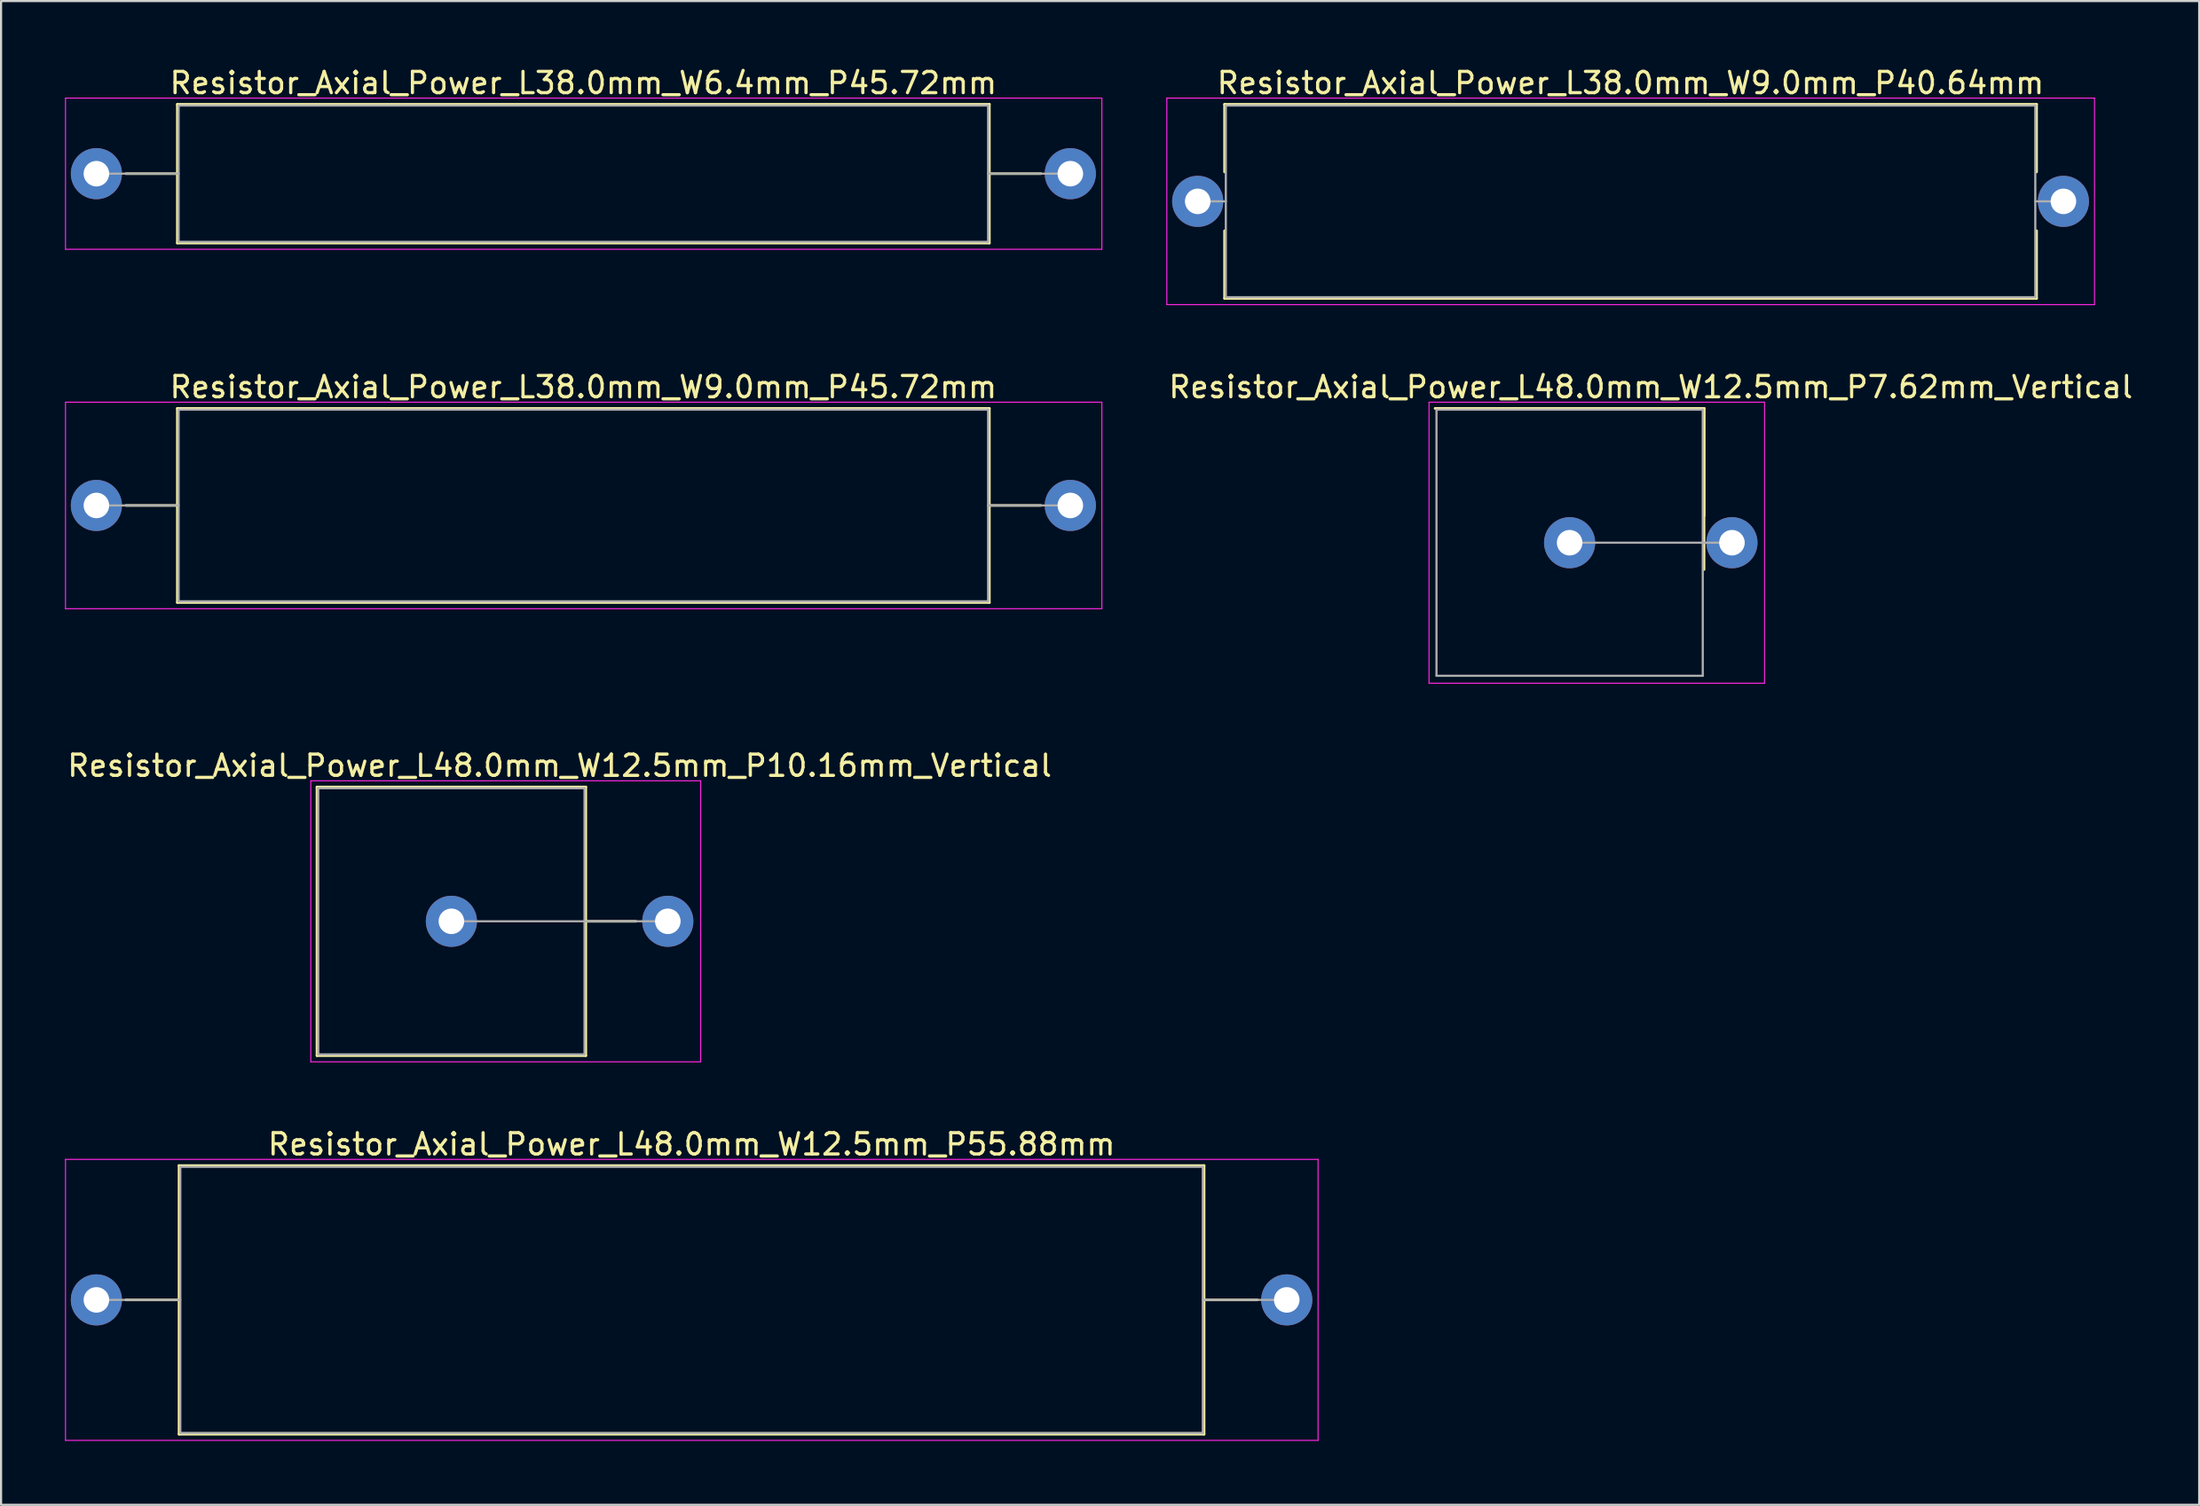
<source format=kicad_pcb>
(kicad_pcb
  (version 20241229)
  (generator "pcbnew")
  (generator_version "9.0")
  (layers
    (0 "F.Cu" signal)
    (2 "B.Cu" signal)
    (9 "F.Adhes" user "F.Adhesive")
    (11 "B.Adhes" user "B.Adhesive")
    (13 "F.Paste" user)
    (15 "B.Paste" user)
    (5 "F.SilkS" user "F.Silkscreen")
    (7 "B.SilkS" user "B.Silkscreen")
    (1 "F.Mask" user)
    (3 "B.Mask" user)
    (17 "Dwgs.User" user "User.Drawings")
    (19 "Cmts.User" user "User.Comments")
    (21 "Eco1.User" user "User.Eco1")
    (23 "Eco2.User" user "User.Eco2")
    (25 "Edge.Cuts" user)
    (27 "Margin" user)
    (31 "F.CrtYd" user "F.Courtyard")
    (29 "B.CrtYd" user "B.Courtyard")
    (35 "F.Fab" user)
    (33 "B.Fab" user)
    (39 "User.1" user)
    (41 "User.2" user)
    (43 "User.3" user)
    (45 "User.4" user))
  (footprint "Resistor_Axial_Power_L38.0mm_W9.0mm_P40.64mm"
    (layer "F.Cu")
    (at 53.175 6.408)
    (property "Reference" "Resistor_Axial_Power_L38.0mm_W9.0mm_P40.64mm" (at 20.32 -5.56 0) (layer "F.SilkS") (effects (font (size 1 1) (thickness 0.15))))
    (attr through_hole)
    (fp_line (start 1.26 -4.56) (end 39.38 -4.56) (stroke (width 0.12) (type solid)) (layer "F.SilkS"))
    (fp_line (start 1.26 -1.38) (end 1.26 -4.56) (stroke (width 0.12) (type solid)) (layer "F.SilkS"))
    (fp_line (start 1.26 1.38) (end 1.26 4.56) (stroke (width 0.12) (type solid)) (layer "F.SilkS"))
    (fp_line (start 1.26 4.56) (end 39.38 4.56) (stroke (width 0.12) (type solid)) (layer "F.SilkS"))
    (fp_line (start 39.38 -4.56) (end 39.38 -1.38) (stroke (width 0.12) (type solid)) (layer "F.SilkS"))
    (fp_line (start 39.38 4.56) (end 39.38 1.38) (stroke (width 0.12) (type solid)) (layer "F.SilkS"))
    (fp_line (start -1.45 -4.85) (end -1.45 4.85) (stroke (width 0.05) (type solid)) (layer "F.CrtYd"))
    (fp_line (start -1.45 4.85) (end 42.1 4.85) (stroke (width 0.05) (type solid)) (layer "F.CrtYd"))
    (fp_line (start 42.1 -4.85) (end -1.45 -4.85) (stroke (width 0.05) (type solid)) (layer "F.CrtYd"))
    (fp_line (start 42.1 4.85) (end 42.1 -4.85) (stroke (width 0.05) (type solid)) (layer "F.CrtYd"))
    (fp_line (start 0 0) (end 1.32 0) (stroke (width 0.1) (type solid)) (layer "F.Fab"))
    (fp_line (start 1.32 -4.5) (end 1.32 4.5) (stroke (width 0.1) (type solid)) (layer "F.Fab"))
    (fp_line (start 1.32 4.5) (end 39.32 4.5) (stroke (width 0.1) (type solid)) (layer "F.Fab"))
    (fp_line (start 39.32 -4.5) (end 1.32 -4.5) (stroke (width 0.1) (type solid)) (layer "F.Fab"))
    (fp_line (start 39.32 4.5) (end 39.32 -4.5) (stroke (width 0.1) (type solid)) (layer "F.Fab"))
    (fp_line (start 40.64 0) (end 39.32 0) (stroke (width 0.1) (type solid)) (layer "F.Fab"))
    (pad "1" thru_hole circle (at 0 0) (size 2.4 2.4) (drill 1.2) (layers "*.Cu" "*.Mask"))
    (pad "2" thru_hole oval (at 40.64 0) (size 2.4 2.4) (drill 1.2) (layers "*.Cu" "*.Mask")))
  (footprint "Resistor_Axial_Power_L48.0mm_W12.5mm_P10.16mm_Vertical"
    (layer "F.Cu")
    (at 18.14 40.225)
    (property "Reference" "Resistor_Axial_Power_L48.0mm_W12.5mm_P10.16mm_Vertical" (at 5.08 -7.31 0) (layer "F.SilkS") (effects (font (size 1 1) (thickness 0.15))))
    (attr through_hole)
    (fp_line (start -6.31 -6.31) (end -6.31 6.31) (stroke (width 0.12) (type solid)) (layer "F.SilkS"))
    (fp_line (start -6.31 6.31) (end 6.31 6.31) (stroke (width 0.12) (type solid)) (layer "F.SilkS"))
    (fp_line (start 6.31 -6.31) (end -6.31 -6.31) (stroke (width 0.12) (type solid)) (layer "F.SilkS"))
    (fp_line (start 6.31 0) (end 8.66 0) (stroke (width 0.12) (type solid)) (layer "F.SilkS"))
    (fp_line (start 6.31 6.31) (end 6.31 -6.31) (stroke (width 0.12) (type solid)) (layer "F.SilkS"))
    (fp_line (start -6.6 -6.6) (end -6.6 6.6) (stroke (width 0.05) (type solid)) (layer "F.CrtYd"))
    (fp_line (start -6.6 6.6) (end 11.7 6.6) (stroke (width 0.05) (type solid)) (layer "F.CrtYd"))
    (fp_line (start 11.7 -6.6) (end -6.6 -6.6) (stroke (width 0.05) (type solid)) (layer "F.CrtYd"))
    (fp_line (start 11.7 6.6) (end 11.7 -6.6) (stroke (width 0.05) (type solid)) (layer "F.CrtYd"))
    (fp_line (start -6.25 -6.25) (end -6.25 6.25) (stroke (width 0.1) (type solid)) (layer "F.Fab"))
    (fp_line (start -6.25 6.25) (end 6.25 6.25) (stroke (width 0.1) (type solid)) (layer "F.Fab"))
    (fp_line (start 0 0) (end 10.16 0) (stroke (width 0.1) (type solid)) (layer "F.Fab"))
    (fp_line (start 6.25 -6.25) (end -6.25 -6.25) (stroke (width 0.1) (type solid)) (layer "F.Fab"))
    (fp_line (start 6.25 6.25) (end 6.25 -6.25) (stroke (width 0.1) (type solid)) (layer "F.Fab"))
    (pad "1" thru_hole circle (at 0 0) (size 2.4 2.4) (drill 1.2) (layers "*.Cu" "*.Mask"))
    (pad "2" thru_hole oval (at 10.16 0) (size 2.4 2.4) (drill 1.2) (layers "*.Cu" "*.Mask")))
  (footprint "Resistor_Axial_Power_L48.0mm_W12.5mm_P55.88mm"
    (layer "F.Cu")
    (at 1.475 58.008)
    (property "Reference" "Resistor_Axial_Power_L48.0mm_W12.5mm_P55.88mm" (at 27.94 -7.31 0) (layer "F.SilkS") (effects (font (size 1 1) (thickness 0.15))))
    (attr through_hole)
    (fp_line (start 1.38 0) (end 3.88 0) (stroke (width 0.12) (type solid)) (layer "F.SilkS"))
    (fp_line (start 3.88 -6.31) (end 3.88 6.31) (stroke (width 0.12) (type solid)) (layer "F.SilkS"))
    (fp_line (start 3.88 6.31) (end 52 6.31) (stroke (width 0.12) (type solid)) (layer "F.SilkS"))
    (fp_line (start 52 -6.31) (end 3.88 -6.31) (stroke (width 0.12) (type solid)) (layer "F.SilkS"))
    (fp_line (start 52 6.31) (end 52 -6.31) (stroke (width 0.12) (type solid)) (layer "F.SilkS"))
    (fp_line (start 54.5 0) (end 52 0) (stroke (width 0.12) (type solid)) (layer "F.SilkS"))
    (fp_line (start -1.45 -6.6) (end -1.45 6.6) (stroke (width 0.05) (type solid)) (layer "F.CrtYd"))
    (fp_line (start -1.45 6.6) (end 57.35 6.6) (stroke (width 0.05) (type solid)) (layer "F.CrtYd"))
    (fp_line (start 57.35 -6.6) (end -1.45 -6.6) (stroke (width 0.05) (type solid)) (layer "F.CrtYd"))
    (fp_line (start 57.35 6.6) (end 57.35 -6.6) (stroke (width 0.05) (type solid)) (layer "F.CrtYd"))
    (fp_line (start 0 0) (end 3.94 0) (stroke (width 0.1) (type solid)) (layer "F.Fab"))
    (fp_line (start 3.94 -6.25) (end 3.94 6.25) (stroke (width 0.1) (type solid)) (layer "F.Fab"))
    (fp_line (start 3.94 6.25) (end 51.94 6.25) (stroke (width 0.1) (type solid)) (layer "F.Fab"))
    (fp_line (start 51.94 -6.25) (end 3.94 -6.25) (stroke (width 0.1) (type solid)) (layer "F.Fab"))
    (fp_line (start 51.94 6.25) (end 51.94 -6.25) (stroke (width 0.1) (type solid)) (layer "F.Fab"))
    (fp_line (start 55.88 0) (end 51.94 0) (stroke (width 0.1) (type solid)) (layer "F.Fab"))
    (pad "1" thru_hole circle (at 0 0) (size 2.4 2.4) (drill 1.2) (layers "*.Cu" "*.Mask"))
    (pad "2" thru_hole oval (at 55.88 0) (size 2.4 2.4) (drill 1.2) (layers "*.Cu" "*.Mask")))
  (footprint "Resistor_Axial_Power_L38.0mm_W9.0mm_P45.72mm"
    (layer "F.Cu")
    (at 1.475 20.692)
    (property "Reference" "Resistor_Axial_Power_L38.0mm_W9.0mm_P45.72mm" (at 22.86 -5.56 0) (layer "F.SilkS") (effects (font (size 1 1) (thickness 0.15))))
    (attr through_hole)
    (fp_line (start 1.38 0) (end 3.8 0) (stroke (width 0.12) (type solid)) (layer "F.SilkS"))
    (fp_line (start 3.8 -4.56) (end 3.8 4.56) (stroke (width 0.12) (type solid)) (layer "F.SilkS"))
    (fp_line (start 3.8 4.56) (end 41.92 4.56) (stroke (width 0.12) (type solid)) (layer "F.SilkS"))
    (fp_line (start 41.92 -4.56) (end 3.8 -4.56) (stroke (width 0.12) (type solid)) (layer "F.SilkS"))
    (fp_line (start 41.92 4.56) (end 41.92 -4.56) (stroke (width 0.12) (type solid)) (layer "F.SilkS"))
    (fp_line (start 44.34 0) (end 41.92 0) (stroke (width 0.12) (type solid)) (layer "F.SilkS"))
    (fp_line (start -1.45 -4.85) (end -1.45 4.85) (stroke (width 0.05) (type solid)) (layer "F.CrtYd"))
    (fp_line (start -1.45 4.85) (end 47.2 4.85) (stroke (width 0.05) (type solid)) (layer "F.CrtYd"))
    (fp_line (start 47.2 -4.85) (end -1.45 -4.85) (stroke (width 0.05) (type solid)) (layer "F.CrtYd"))
    (fp_line (start 47.2 4.85) (end 47.2 -4.85) (stroke (width 0.05) (type solid)) (layer "F.CrtYd"))
    (fp_line (start 0 0) (end 3.86 0) (stroke (width 0.1) (type solid)) (layer "F.Fab"))
    (fp_line (start 3.86 -4.5) (end 3.86 4.5) (stroke (width 0.1) (type solid)) (layer "F.Fab"))
    (fp_line (start 3.86 4.5) (end 41.86 4.5) (stroke (width 0.1) (type solid)) (layer "F.Fab"))
    (fp_line (start 41.86 -4.5) (end 3.86 -4.5) (stroke (width 0.1) (type solid)) (layer "F.Fab"))
    (fp_line (start 41.86 4.5) (end 41.86 -4.5) (stroke (width 0.1) (type solid)) (layer "F.Fab"))
    (fp_line (start 45.72 0) (end 41.86 0) (stroke (width 0.1) (type solid)) (layer "F.Fab"))
    (pad "1" thru_hole circle (at 0 0) (size 2.4 2.4) (drill 1.2) (layers "*.Cu" "*.Mask"))
    (pad "2" thru_hole oval (at 45.72 0) (size 2.4 2.4) (drill 1.2) (layers "*.Cu" "*.Mask")))
  (footprint "Resistor_Axial_Power_L38.0mm_W6.4mm_P45.72mm"
    (layer "F.Cu")
    (at 1.475 5.108)
    (property "Reference" "Resistor_Axial_Power_L38.0mm_W6.4mm_P45.72mm" (at 22.86 -4.26 0) (layer "F.SilkS") (effects (font (size 1 1) (thickness 0.15))))
    (attr through_hole)
    (fp_line (start 1.38 0) (end 3.8 0) (stroke (width 0.12) (type solid)) (layer "F.SilkS"))
    (fp_line (start 3.8 -3.26) (end 3.8 3.26) (stroke (width 0.12) (type solid)) (layer "F.SilkS"))
    (fp_line (start 3.8 3.26) (end 41.92 3.26) (stroke (width 0.12) (type solid)) (layer "F.SilkS"))
    (fp_line (start 41.92 -3.26) (end 3.8 -3.26) (stroke (width 0.12) (type solid)) (layer "F.SilkS"))
    (fp_line (start 41.92 3.26) (end 41.92 -3.26) (stroke (width 0.12) (type solid)) (layer "F.SilkS"))
    (fp_line (start 44.34 0) (end 41.92 0) (stroke (width 0.12) (type solid)) (layer "F.SilkS"))
    (fp_line (start -1.45 -3.55) (end -1.45 3.55) (stroke (width 0.05) (type solid)) (layer "F.CrtYd"))
    (fp_line (start -1.45 3.55) (end 47.2 3.55) (stroke (width 0.05) (type solid)) (layer "F.CrtYd"))
    (fp_line (start 47.2 -3.55) (end -1.45 -3.55) (stroke (width 0.05) (type solid)) (layer "F.CrtYd"))
    (fp_line (start 47.2 3.55) (end 47.2 -3.55) (stroke (width 0.05) (type solid)) (layer "F.CrtYd"))
    (fp_line (start 0 0) (end 3.86 0) (stroke (width 0.1) (type solid)) (layer "F.Fab"))
    (fp_line (start 3.86 -3.2) (end 3.86 3.2) (stroke (width 0.1) (type solid)) (layer "F.Fab"))
    (fp_line (start 3.86 3.2) (end 41.86 3.2) (stroke (width 0.1) (type solid)) (layer "F.Fab"))
    (fp_line (start 41.86 -3.2) (end 3.86 -3.2) (stroke (width 0.1) (type solid)) (layer "F.Fab"))
    (fp_line (start 41.86 3.2) (end 41.86 -3.2) (stroke (width 0.1) (type solid)) (layer "F.Fab"))
    (fp_line (start 45.72 0) (end 41.86 0) (stroke (width 0.1) (type solid)) (layer "F.Fab"))
    (pad "1" thru_hole circle (at 0 0) (size 2.4 2.4) (drill 1.2) (layers "*.Cu" "*.Mask"))
    (pad "2" thru_hole oval (at 45.72 0) (size 2.4 2.4) (drill 1.2) (layers "*.Cu" "*.Mask")))
  (footprint "Resistor_Axial_Power_L48.0mm_W12.5mm_P7.62mm_Vertical"
    (layer "F.Cu")
    (at 70.634 22.442)
    (property "Reference" "Resistor_Axial_Power_L48.0mm_W12.5mm_P7.62mm_Vertical" (at 3.81 -7.31 0) (layer "F.SilkS") (effects (font (size 1 1) (thickness 0.15))))
    (attr through_hole)
    (fp_line (start -6.31 -6.31) (end 6.31 -6.31) (stroke (width 0.12) (type solid)) (layer "F.SilkS"))
    (fp_line (start 6.31 -6.31) (end -6.31 -6.31) (stroke (width 0.12) (type solid)) (layer "F.SilkS"))
    (fp_line (start 6.31 -6.31) (end 6.31 1.26) (stroke (width 0.12) (type solid)) (layer "F.SilkS"))
    (fp_line (start 6.31 -1.26) (end 6.31 -6.31) (stroke (width 0.12) (type solid)) (layer "F.SilkS"))
    (fp_line (start -6.6 -6.6) (end -6.6 6.6) (stroke (width 0.05) (type solid)) (layer "F.CrtYd"))
    (fp_line (start -6.6 6.6) (end 9.15 6.6) (stroke (width 0.05) (type solid)) (layer "F.CrtYd"))
    (fp_line (start 9.15 -6.6) (end -6.6 -6.6) (stroke (width 0.05) (type solid)) (layer "F.CrtYd"))
    (fp_line (start 9.15 6.6) (end 9.15 -6.6) (stroke (width 0.05) (type solid)) (layer "F.CrtYd"))
    (fp_line (start -6.25 -6.25) (end -6.25 6.25) (stroke (width 0.1) (type solid)) (layer "F.Fab"))
    (fp_line (start -6.25 6.25) (end 6.25 6.25) (stroke (width 0.1) (type solid)) (layer "F.Fab"))
    (fp_line (start 0 0) (end 7.62 0) (stroke (width 0.1) (type solid)) (layer "F.Fab"))
    (fp_line (start 6.25 -6.25) (end -6.25 -6.25) (stroke (width 0.1) (type solid)) (layer "F.Fab"))
    (fp_line (start 6.25 6.25) (end 6.25 -6.25) (stroke (width 0.1) (type solid)) (layer "F.Fab"))
    (pad "1" thru_hole circle (at 0 0) (size 2.4 2.4) (drill 1.2) (layers "*.Cu" "*.Mask"))
    (pad "2" thru_hole oval (at 7.62 0) (size 2.4 2.4) (drill 1.2) (layers "*.Cu" "*.Mask")))
  (gr_rect
    (start -3 -3)
    (end 100.188 67.633)
    (stroke (width 0.1) (type default))
    (fill no)
    (layer "Edge.Cuts")))
</source>
